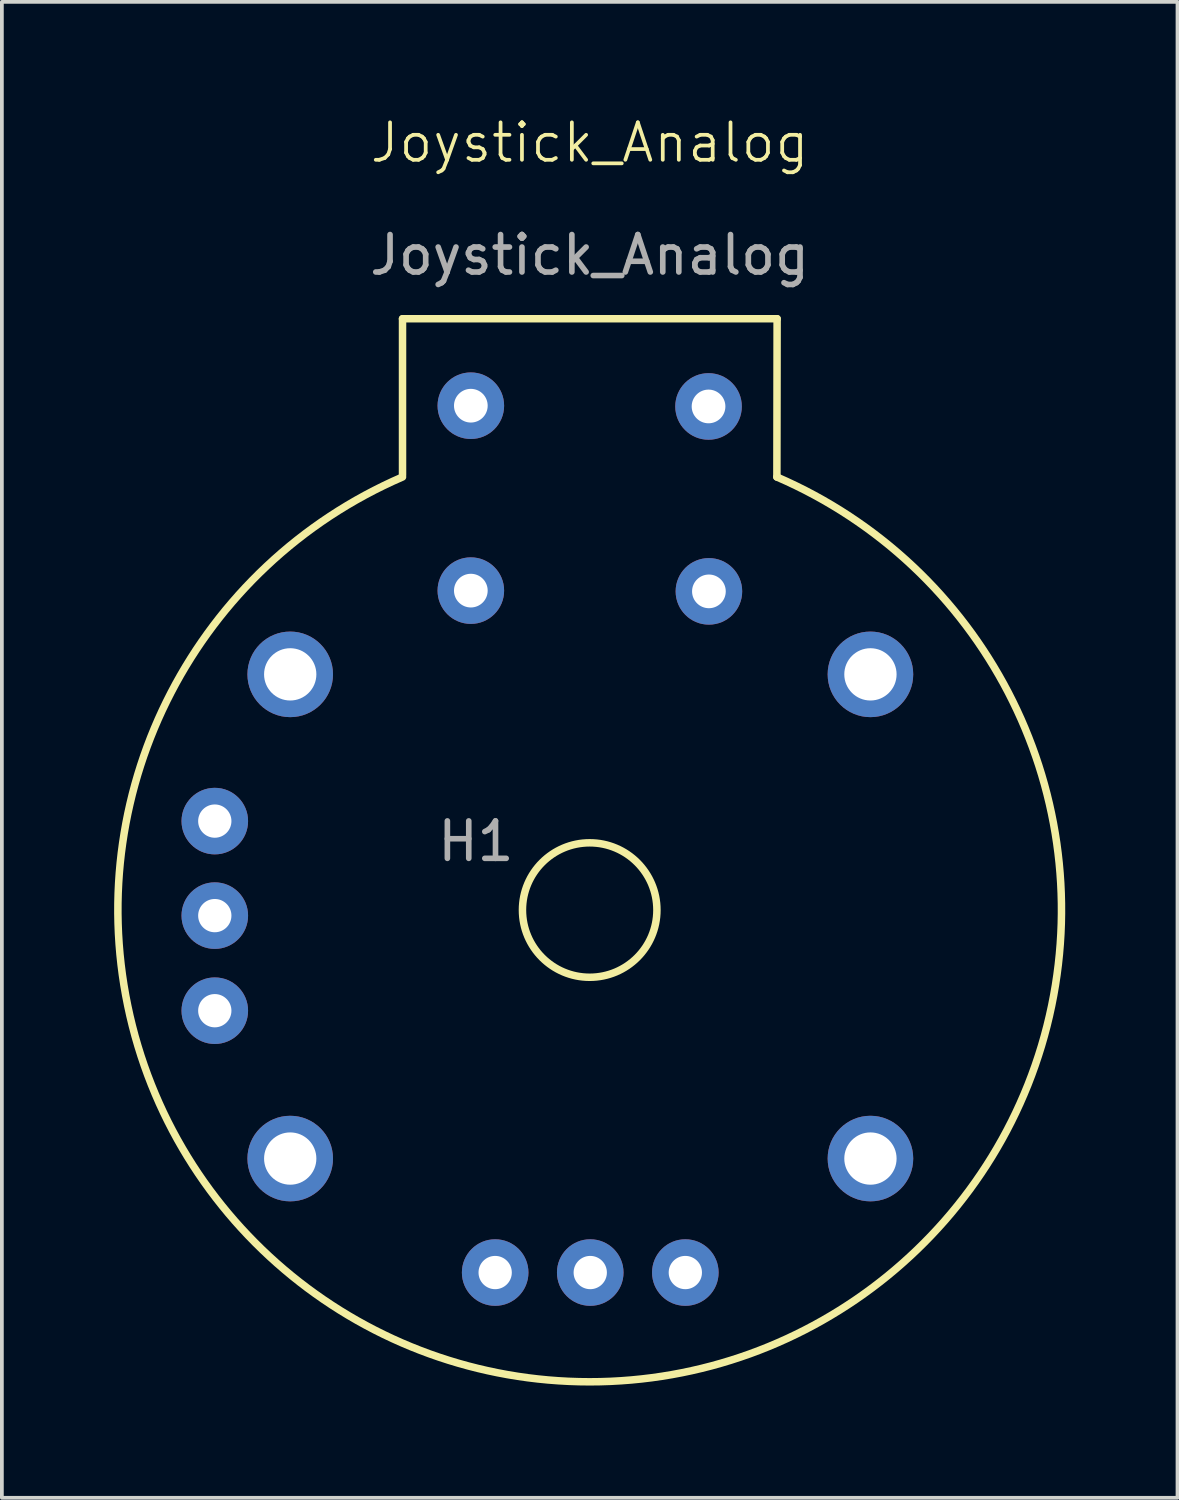
<source format=kicad_pcb>
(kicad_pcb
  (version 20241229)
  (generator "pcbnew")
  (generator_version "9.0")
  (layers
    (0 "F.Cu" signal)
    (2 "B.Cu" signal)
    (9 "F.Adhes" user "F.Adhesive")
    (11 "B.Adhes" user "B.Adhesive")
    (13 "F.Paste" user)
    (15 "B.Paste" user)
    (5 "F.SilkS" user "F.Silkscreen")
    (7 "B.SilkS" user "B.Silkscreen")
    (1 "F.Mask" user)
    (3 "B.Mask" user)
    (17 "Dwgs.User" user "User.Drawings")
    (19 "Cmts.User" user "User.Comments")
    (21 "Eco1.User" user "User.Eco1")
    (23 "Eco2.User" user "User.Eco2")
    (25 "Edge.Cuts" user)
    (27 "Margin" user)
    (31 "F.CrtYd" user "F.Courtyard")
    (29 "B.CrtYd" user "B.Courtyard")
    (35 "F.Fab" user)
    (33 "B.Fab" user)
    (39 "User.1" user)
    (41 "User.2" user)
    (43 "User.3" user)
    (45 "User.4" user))
  (footprint "Joystick_Analog"
    (layer "F.Cu")
    (at 12.703 21.261)
    (property "Reference" "Joystick_Analog" (at 0 -20.5 0) (unlocked yes) (layer "F.SilkS") (effects (font (size 1 1) (thickness 0.1))))
    (attr through_hole)
    (fp_line (start -5 -15.796) (end 5.007 -15.796) (stroke (width 0.2) (type solid)) (layer "F.SilkS"))
    (fp_line (start -5 -11.621) (end -5 -15.796) (stroke (width 0.2) (type solid)) (layer "F.SilkS"))
    (fp_line (start 5.007 -15.796) (end 5.001 -11.568) (stroke (width 0.2) (type solid)) (layer "F.SilkS"))
    (fp_arc (start 5.00056 -11.568252) (mid -0.000317 12.60278) (end -4.999978 -11.568504) (stroke (width 0.2) (type solid)) (layer "F.SilkS"))
    (fp_circle (center 0 0) (end 1.796 0) (stroke (width 0.2) (type solid)) (fill no) (layer "F.SilkS"))
    (fp_circle (center -10.015 -2.376) (end -9.57 -2.376) (stroke (width 0.2) (type solid)) (fill no) (layer "Eco1.User"))
    (fp_circle (center -10.015 -2.376) (end -9.545 -2.376) (stroke (width 0.2) (type solid)) (fill no) (layer "Eco1.User"))
    (fp_circle (center -10.015 -2.376) (end -9.545 -2.376) (stroke (width 0.2) (type solid)) (fill no) (layer "Eco1.User"))
    (fp_circle (center -10.015 -2.376) (end -9.126 -2.376) (stroke (width 0.2) (type solid)) (fill no) (layer "Eco1.User"))
    (fp_circle (center -10.015 -2.376) (end -9.075 -2.376) (stroke (width 0.2) (type solid)) (fill no) (layer "Eco1.User"))
    (fp_circle (center -10.015 -2.376) (end -9.075 -2.376) (stroke (width 0.2) (type solid)) (fill no) (layer "Eco1.User"))
    (fp_circle (center -10.015 0.164) (end -9.57 0.164) (stroke (width 0.2) (type solid)) (fill no) (layer "Eco1.User"))
    (fp_circle (center -10.015 0.164) (end -9.545 0.164) (stroke (width 0.2) (type solid)) (fill no) (layer "Eco1.User"))
    (fp_circle (center -10.015 0.164) (end -9.545 0.164) (stroke (width 0.2) (type solid)) (fill no) (layer "Eco1.User"))
    (fp_circle (center -10.015 0.164) (end -9.126 0.164) (stroke (width 0.2) (type solid)) (fill no) (layer "Eco1.User"))
    (fp_circle (center -10.015 0.164) (end -9.075 0.164) (stroke (width 0.2) (type solid)) (fill no) (layer "Eco1.User"))
    (fp_circle (center -10.015 0.164) (end -9.075 0.164) (stroke (width 0.2) (type solid)) (fill no) (layer "Eco1.User"))
    (fp_circle (center -10.015 2.704) (end -9.57 2.704) (stroke (width 0.2) (type solid)) (fill no) (layer "Eco1.User"))
    (fp_circle (center -10.015 2.704) (end -9.545 2.704) (stroke (width 0.2) (type solid)) (fill no) (layer "Eco1.User"))
    (fp_circle (center -10.015 2.704) (end -9.545 2.704) (stroke (width 0.2) (type solid)) (fill no) (layer "Eco1.User"))
    (fp_circle (center -10.015 2.704) (end -9.126 2.704) (stroke (width 0.2) (type solid)) (fill no) (layer "Eco1.User"))
    (fp_circle (center -10.015 2.704) (end -9.075 2.704) (stroke (width 0.2) (type solid)) (fill no) (layer "Eco1.User"))
    (fp_circle (center -10.015 2.704) (end -9.075 2.704) (stroke (width 0.2) (type solid)) (fill no) (layer "Eco1.User"))
    (fp_circle (center -8 -6.296) (end -7.301 -6.296) (stroke (width 0.2) (type solid)) (fill no) (layer "Eco1.User"))
    (fp_circle (center -8 -6.296) (end -7.27 -6.296) (stroke (width 0.2) (type solid)) (fill no) (layer "Eco1.User"))
    (fp_circle (center -8 -6.296) (end -7.27 -6.296) (stroke (width 0.2) (type solid)) (fill no) (layer "Eco1.User"))
    (fp_circle (center -8 -6.296) (end -6.857 -6.296) (stroke (width 0.2) (type solid)) (fill no) (layer "Eco1.User"))
    (fp_circle (center -8 -6.296) (end -6.806 -6.296) (stroke (width 0.2) (type solid)) (fill no) (layer "Eco1.User"))
    (fp_circle (center -8 -6.296) (end -6.806 -6.296) (stroke (width 0.2) (type solid)) (fill no) (layer "Eco1.User"))
    (fp_circle (center -8 6.639) (end -7.301 6.639) (stroke (width 0.2) (type solid)) (fill no) (layer "Eco1.User"))
    (fp_circle (center -8 6.639) (end -7.27 6.639) (stroke (width 0.2) (type solid)) (fill no) (layer "Eco1.User"))
    (fp_circle (center -8 6.639) (end -7.27 6.639) (stroke (width 0.2) (type solid)) (fill no) (layer "Eco1.User"))
    (fp_circle (center -8 6.639) (end -6.857 6.639) (stroke (width 0.2) (type solid)) (fill no) (layer "Eco1.User"))
    (fp_circle (center -8 6.639) (end -6.806 6.639) (stroke (width 0.2) (type solid)) (fill no) (layer "Eco1.User"))
    (fp_circle (center -8 6.639) (end -6.806 6.639) (stroke (width 0.2) (type solid)) (fill no) (layer "Eco1.User"))
    (fp_circle (center -3.175 -13.453) (end -2.731 -13.453) (stroke (width 0.2) (type solid)) (fill no) (layer "Eco1.User"))
    (fp_circle (center -3.175 -13.453) (end -2.705 -13.453) (stroke (width 0.2) (type solid)) (fill no) (layer "Eco1.User"))
    (fp_circle (center -3.175 -13.453) (end -2.705 -13.453) (stroke (width 0.2) (type solid)) (fill no) (layer "Eco1.User"))
    (fp_circle (center -3.175 -13.453) (end -2.286 -13.453) (stroke (width 0.2) (type solid)) (fill no) (layer "Eco1.User"))
    (fp_circle (center -3.175 -13.453) (end -2.235 -13.453) (stroke (width 0.2) (type solid)) (fill no) (layer "Eco1.User"))
    (fp_circle (center -3.175 -13.453) (end -2.235 -13.453) (stroke (width 0.2) (type solid)) (fill no) (layer "Eco1.User"))
    (fp_circle (center -3.175 -8.5) (end -2.731 -8.5) (stroke (width 0.2) (type solid)) (fill no) (layer "Eco1.User"))
    (fp_circle (center -3.175 -8.5) (end -2.705 -8.5) (stroke (width 0.2) (type solid)) (fill no) (layer "Eco1.User"))
    (fp_circle (center -3.175 -8.5) (end -2.705 -8.5) (stroke (width 0.2) (type solid)) (fill no) (layer "Eco1.User"))
    (fp_circle (center -3.175 -8.5) (end -2.286 -8.5) (stroke (width 0.2) (type solid)) (fill no) (layer "Eco1.User"))
    (fp_circle (center -3.175 -8.5) (end -2.235 -8.5) (stroke (width 0.2) (type solid)) (fill no) (layer "Eco1.User"))
    (fp_circle (center -3.175 -8.5) (end -2.235 -8.5) (stroke (width 0.2) (type solid)) (fill no) (layer "Eco1.User"))
    (fp_circle (center -2.54 9.684) (end -2.095 9.684) (stroke (width 0.2) (type solid)) (fill no) (layer "Eco1.User"))
    (fp_circle (center -2.54 9.684) (end -2.07 9.684) (stroke (width 0.2) (type solid)) (fill no) (layer "Eco1.User"))
    (fp_circle (center -2.54 9.684) (end -2.07 9.684) (stroke (width 0.2) (type solid)) (fill no) (layer "Eco1.User"))
    (fp_circle (center -2.54 9.684) (end -1.651 9.684) (stroke (width 0.2) (type solid)) (fill no) (layer "Eco1.User"))
    (fp_circle (center -2.54 9.684) (end -1.6 9.684) (stroke (width 0.2) (type solid)) (fill no) (layer "Eco1.User"))
    (fp_circle (center -2.54 9.684) (end -1.6 9.684) (stroke (width 0.2) (type solid)) (fill no) (layer "Eco1.User"))
    (fp_circle (center 0 9.684) (end 0.445 9.684) (stroke (width 0.2) (type solid)) (fill no) (layer "Eco1.User"))
    (fp_circle (center 0 9.684) (end 0.47 9.684) (stroke (width 0.2) (type solid)) (fill no) (layer "Eco1.User"))
    (fp_circle (center 0 9.684) (end 0.47 9.684) (stroke (width 0.2) (type solid)) (fill no) (layer "Eco1.User"))
    (fp_circle (center 0 9.684) (end 0.889 9.684) (stroke (width 0.2) (type solid)) (fill no) (layer "Eco1.User"))
    (fp_circle (center 0 9.684) (end 0.94 9.684) (stroke (width 0.2) (type solid)) (fill no) (layer "Eco1.User"))
    (fp_circle (center 0 9.684) (end 0.94 9.684) (stroke (width 0.2) (type solid)) (fill no) (layer "Eco1.User"))
    (fp_circle (center 2.54 9.684) (end 2.985 9.684) (stroke (width 0.2) (type solid)) (fill no) (layer "Eco1.User"))
    (fp_circle (center 2.54 9.684) (end 3.01 9.684) (stroke (width 0.2) (type solid)) (fill no) (layer "Eco1.User"))
    (fp_circle (center 2.54 9.684) (end 3.01 9.684) (stroke (width 0.2) (type solid)) (fill no) (layer "Eco1.User"))
    (fp_circle (center 2.54 9.684) (end 3.429 9.684) (stroke (width 0.2) (type solid)) (fill no) (layer "Eco1.User"))
    (fp_circle (center 2.54 9.684) (end 3.48 9.684) (stroke (width 0.2) (type solid)) (fill no) (layer "Eco1.User"))
    (fp_circle (center 2.54 9.684) (end 3.48 9.684) (stroke (width 0.2) (type solid)) (fill no) (layer "Eco1.User"))
    (fp_circle (center 3.175 -13.453) (end 3.619 -13.453) (stroke (width 0.2) (type solid)) (fill no) (layer "Eco1.User"))
    (fp_circle (center 3.175 -13.453) (end 3.645 -13.453) (stroke (width 0.2) (type solid)) (fill no) (layer "Eco1.User"))
    (fp_circle (center 3.175 -13.453) (end 3.645 -13.453) (stroke (width 0.2) (type solid)) (fill no) (layer "Eco1.User"))
    (fp_circle (center 3.175 -13.453) (end 4.064 -13.453) (stroke (width 0.2) (type solid)) (fill no) (layer "Eco1.User"))
    (fp_circle (center 3.175 -13.453) (end 4.115 -13.453) (stroke (width 0.2) (type solid)) (fill no) (layer "Eco1.User"))
    (fp_circle (center 3.175 -13.453) (end 4.115 -13.453) (stroke (width 0.2) (type solid)) (fill no) (layer "Eco1.User"))
    (fp_circle (center 3.175 -8.5) (end 3.619 -8.5) (stroke (width 0.2) (type solid)) (fill no) (layer "Eco1.User"))
    (fp_circle (center 3.175 -8.5) (end 3.645 -8.5) (stroke (width 0.2) (type solid)) (fill no) (layer "Eco1.User"))
    (fp_circle (center 3.175 -8.5) (end 3.645 -8.5) (stroke (width 0.2) (type solid)) (fill no) (layer "Eco1.User"))
    (fp_circle (center 3.175 -8.5) (end 4.064 -8.5) (stroke (width 0.2) (type solid)) (fill no) (layer "Eco1.User"))
    (fp_circle (center 3.175 -8.5) (end 4.115 -8.5) (stroke (width 0.2) (type solid)) (fill no) (layer "Eco1.User"))
    (fp_circle (center 3.175 -8.5) (end 4.115 -8.5) (stroke (width 0.2) (type solid)) (fill no) (layer "Eco1.User"))
    (fp_circle (center 7.5 -6.296) (end 8.198 -6.296) (stroke (width 0.2) (type solid)) (fill no) (layer "Eco1.User"))
    (fp_circle (center 7.5 -6.296) (end 8.23 -6.296) (stroke (width 0.2) (type solid)) (fill no) (layer "Eco1.User"))
    (fp_circle (center 7.5 -6.296) (end 8.23 -6.296) (stroke (width 0.2) (type solid)) (fill no) (layer "Eco1.User"))
    (fp_circle (center 7.5 -6.296) (end 8.643 -6.296) (stroke (width 0.2) (type solid)) (fill no) (layer "Eco1.User"))
    (fp_circle (center 7.5 -6.296) (end 8.694 -6.296) (stroke (width 0.2) (type solid)) (fill no) (layer "Eco1.User"))
    (fp_circle (center 7.5 -6.296) (end 8.694 -6.296) (stroke (width 0.2) (type solid)) (fill no) (layer "Eco1.User"))
    (fp_circle (center 7.5 6.639) (end 8.198 6.639) (stroke (width 0.2) (type solid)) (fill no) (layer "Eco1.User"))
    (fp_circle (center 7.5 6.639) (end 8.23 6.639) (stroke (width 0.2) (type solid)) (fill no) (layer "Eco1.User"))
    (fp_circle (center 7.5 6.639) (end 8.23 6.639) (stroke (width 0.2) (type solid)) (fill no) (layer "Eco1.User"))
    (fp_circle (center 7.5 6.639) (end 8.643 6.639) (stroke (width 0.2) (type solid)) (fill no) (layer "Eco1.User"))
    (fp_circle (center 7.5 6.639) (end 8.694 6.639) (stroke (width 0.2) (type solid)) (fill no) (layer "Eco1.User"))
    (fp_circle (center 7.5 6.639) (end 8.694 6.639) (stroke (width 0.2) (type solid)) (fill no) (layer "Eco1.User"))
    (fp_text user "H1" (at -3.04 -1.836 0) (unlocked yes) (layer "F.Fab") (effects (font (size 1 1) (thickness 0.15))))
    (fp_text user "${REFERENCE}" (at 0 -17.5 0) (unlocked yes) (layer "F.Fab") (effects (font (size 1 1) (thickness 0.15))))
    (pad "B1A" thru_hole circle (at -3.175 -13.473) (size 1.778 1.778) (drill 0.9) (layers "*.Cu" "*.Mask"))
    (pad "B1B" thru_hole circle (at 3.175 -13.453) (size 1.778 1.778) (drill 0.9) (layers "*.Cu" "*.Mask"))
    (pad "B2A" thru_hole circle (at -3.175 -8.533) (size 1.778 1.778) (drill 0.9) (layers "*.Cu" "*.Mask"))
    (pad "B2B" thru_hole circle (at 3.185 -8.513) (size 1.778 1.778) (drill 0.9) (layers "*.Cu" "*.Mask"))
    (pad "H1" thru_hole circle (at -2.525 9.684) (size 1.778 1.778) (drill 0.889) (layers "*.Cu" "*.Mask"))
    (pad "H2" thru_hole circle (at 0.015 9.684) (size 1.778 1.778) (drill 0.889) (layers "*.Cu" "*.Mask"))
    (pad "H3" thru_hole circle (at 2.555 9.684) (size 1.778 1.778) (drill 0.889) (layers "*.Cu" "*.Mask"))
    (pad "S1" thru_hole circle (at -8 -6.296) (size 2.286 2.286) (drill 1.397) (layers "*.Cu" "*.Mask"))
    (pad "S2" thru_hole circle (at -8 6.639) (size 2.286 2.286) (drill 1.397) (layers "*.Cu" "*.Mask"))
    (pad "S3" thru_hole circle (at 7.5 6.639) (size 2.286 2.286) (drill 1.397) (layers "*.Cu" "*.Mask"))
    (pad "S4" thru_hole circle (at 7.5 -6.296) (size 2.286 2.286) (drill 1.397) (layers "*.Cu" "*.Mask"))
    (pad "V1" thru_hole circle (at -10.015 -2.376) (size 1.778 1.778) (drill 0.889) (layers "*.Cu" "*.Mask"))
    (pad "V2" thru_hole circle (at -10.015 0.149) (size 1.778 1.778) (drill 0.889) (layers "*.Cu" "*.Mask"))
    (pad "V3" thru_hole circle (at -10.015 2.689) (size 1.778 1.778) (drill 0.889) (layers "*.Cu" "*.Mask")))
  (gr_rect
    (start -3 -3)
    (end 28.406 36.963)
    (stroke (width 0.1) (type default))
    (fill no)
    (layer "Edge.Cuts")))
</source>
